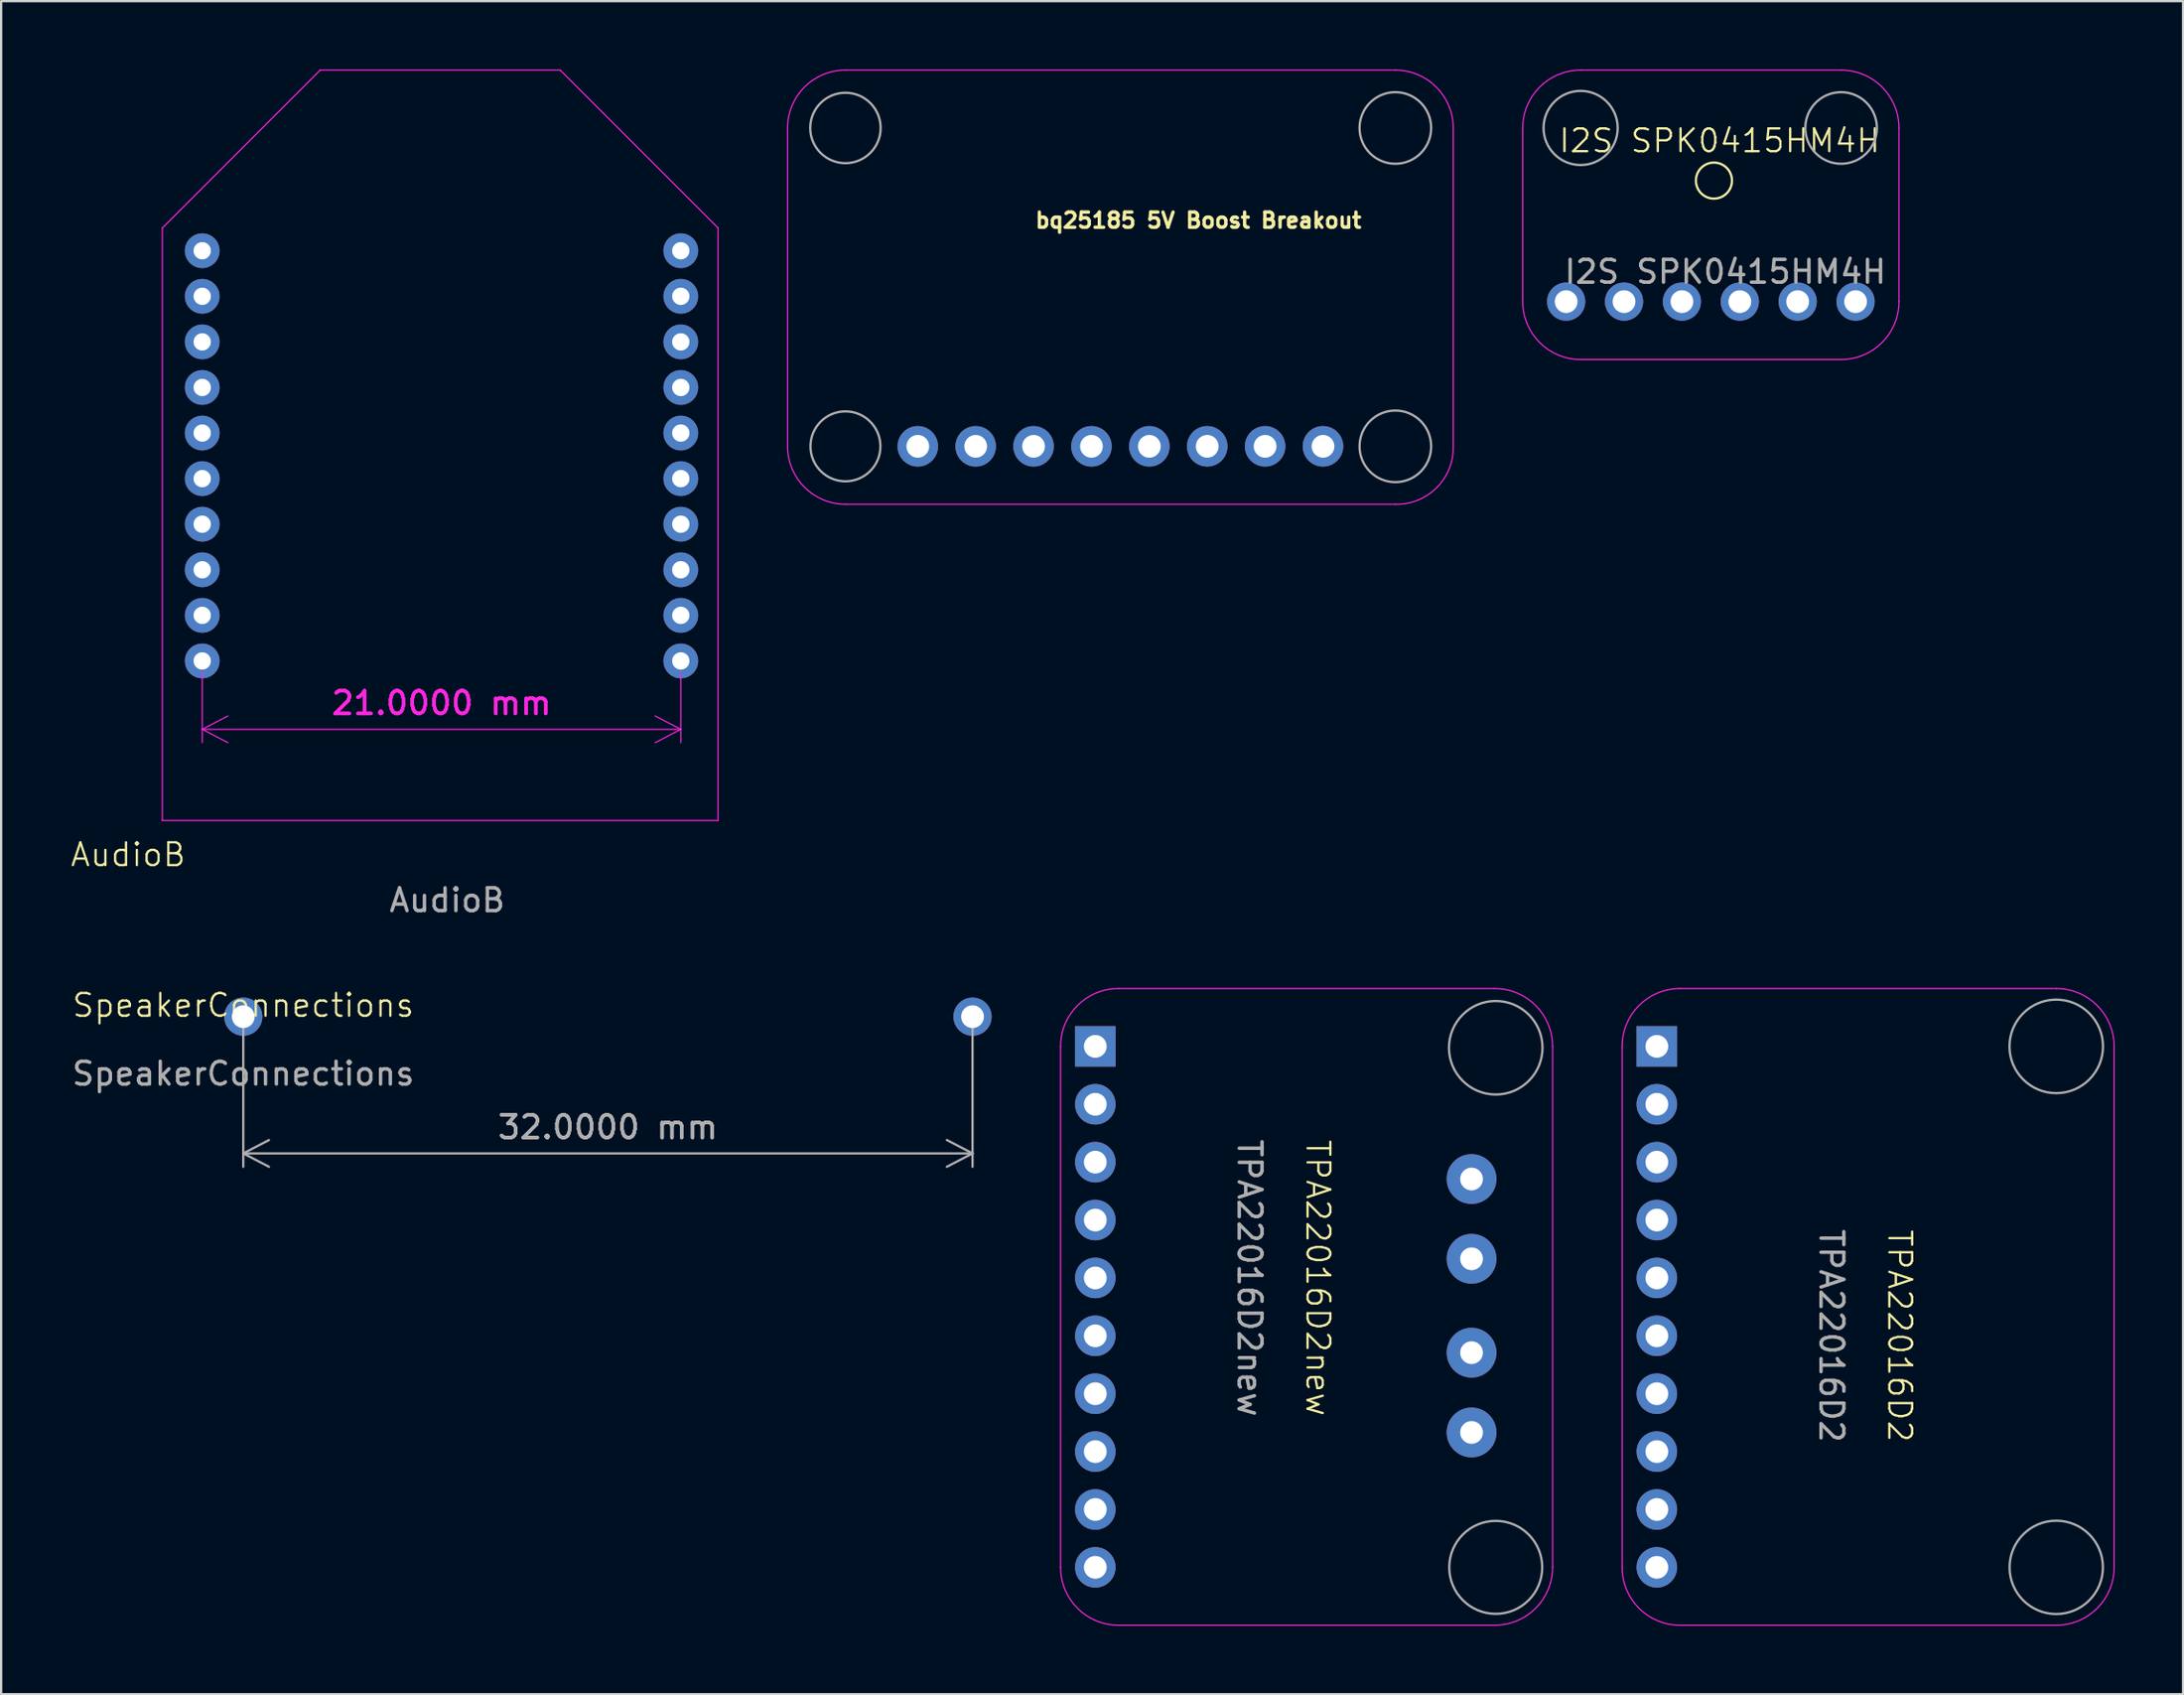
<source format=kicad_pcb>
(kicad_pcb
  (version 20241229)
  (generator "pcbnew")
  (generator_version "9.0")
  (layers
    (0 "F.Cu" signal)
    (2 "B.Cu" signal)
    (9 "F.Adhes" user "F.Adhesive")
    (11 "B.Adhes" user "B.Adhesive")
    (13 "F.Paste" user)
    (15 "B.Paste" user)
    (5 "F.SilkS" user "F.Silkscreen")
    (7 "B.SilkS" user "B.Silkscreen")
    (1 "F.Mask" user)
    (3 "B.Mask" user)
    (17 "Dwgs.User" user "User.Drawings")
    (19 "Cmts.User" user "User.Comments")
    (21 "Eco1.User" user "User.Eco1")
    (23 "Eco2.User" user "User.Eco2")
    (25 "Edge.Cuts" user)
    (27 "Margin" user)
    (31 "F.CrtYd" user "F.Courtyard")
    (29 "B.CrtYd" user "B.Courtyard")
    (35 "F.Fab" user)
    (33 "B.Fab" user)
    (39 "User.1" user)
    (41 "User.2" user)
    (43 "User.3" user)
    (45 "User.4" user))
  (footprint "AudioB"
    (layer "F.Cu")
    (at 4.074 32.952)
    (property "Reference" "AudioB" (at -1.5 1.5 0) (unlocked yes) (layer "F.SilkS") (effects (font (size 1 1) (thickness 0.1))))
    (attr through_hole)
    (fp_line (start 0 -26) (end 6.927 -32.927) (stroke (width 0.05) (type default)) (layer "F.CrtYd"))
    (fp_line (start 0 0) (end 0 -26) (stroke (width 0.05) (type default)) (layer "F.CrtYd"))
    (fp_line (start 0 0) (end 24.384 0) (stroke (width 0.05) (type default)) (layer "F.CrtYd"))
    (fp_line (start 6.927 -32.927) (end 17.457 -32.927) (stroke (width 0.05) (type default)) (layer "F.CrtYd"))
    (fp_line (start 24.384 -26) (end 17.457 -32.927) (stroke (width 0.05) (type default)) (layer "F.CrtYd"))
    (fp_line (start 24.384 0) (end 24.384 -26) (stroke (width 0.05) (type default)) (layer "F.CrtYd"))
    (fp_text user "${REFERENCE}" (at 12.5 3.5 0) (unlocked yes) (layer "F.Fab") (effects (font (size 1 1) (thickness 0.15))))
    (dimension (type aligned) (layer "F.CrtYd") (pts (xy 5.824 25.952) (xy 26.824 25.952)) (height 3) (format (prefix "") (suffix "") (units 3) (units_format 1) (precision 4)) (style (thickness 0.05) (arrow_length 1.27) (text_position_mode 0) (arrow_direction outward) (extension_height 0.586) (extension_offset 0.5) (keep_text_aligned yes)) (gr_text "21.0000 mm" (at 16.324 27.802 0) (layer "F.CrtYd") (effects (font (size 1 1) (thickness 0.15)))))
    (pad "1" thru_hole circle (at 1.75 -25) (size 1.524 1.524) (drill 0.762) (layers "*.Cu" "*.Mask"))
    (pad "2" thru_hole circle (at 1.75 -23) (size 1.524 1.524) (drill 0.762) (layers "*.Cu" "*.Mask"))
    (pad "3" thru_hole circle (at 1.75 -21) (size 1.524 1.524) (drill 0.762) (layers "*.Cu" "*.Mask"))
    (pad "4" thru_hole circle (at 1.75 -19) (size 1.524 1.524) (drill 0.762) (layers "*.Cu" "*.Mask"))
    (pad "5" thru_hole circle (at 1.75 -17) (size 1.524 1.524) (drill 0.762) (layers "*.Cu" "*.Mask"))
    (pad "6" thru_hole circle (at 1.75 -15) (size 1.524 1.524) (drill 0.762) (layers "*.Cu" "*.Mask"))
    (pad "7" thru_hole circle (at 1.75 -13) (size 1.524 1.524) (drill 0.762) (layers "*.Cu" "*.Mask"))
    (pad "8" thru_hole circle (at 1.75 -11) (size 1.524 1.524) (drill 0.762) (layers "*.Cu" "*.Mask"))
    (pad "9" thru_hole circle (at 1.75 -9) (size 1.524 1.524) (drill 0.762) (layers "*.Cu" "*.Mask"))
    (pad "10" thru_hole circle (at 1.75 -7) (size 1.524 1.524) (drill 0.762) (layers "*.Cu" "*.Mask"))
    (pad "11" thru_hole circle (at 22.75 -7) (size 1.524 1.524) (drill 0.762) (layers "*.Cu" "*.Mask"))
    (pad "12" thru_hole circle (at 22.75 -9) (size 1.524 1.524) (drill 0.762) (layers "*.Cu" "*.Mask"))
    (pad "13" thru_hole circle (at 22.75 -11) (size 1.524 1.524) (drill 0.762) (layers "*.Cu" "*.Mask"))
    (pad "14" thru_hole circle (at 22.75 -13) (size 1.524 1.524) (drill 0.762) (layers "*.Cu" "*.Mask"))
    (pad "15" thru_hole circle (at 22.75 -15) (size 1.524 1.524) (drill 0.762) (layers "*.Cu" "*.Mask"))
    (pad "16" thru_hole circle (at 22.75 -17) (size 1.524 1.524) (drill 0.762) (layers "*.Cu" "*.Mask"))
    (pad "17" thru_hole circle (at 22.75 -19) (size 1.524 1.524) (drill 0.762) (layers "*.Cu" "*.Mask"))
    (pad "18" thru_hole circle (at 22.75 -21) (size 1.524 1.524) (drill 0.762) (layers "*.Cu" "*.Mask"))
    (pad "19" thru_hole circle (at 22.75 -23) (size 1.524 1.524) (drill 0.762) (layers "*.Cu" "*.Mask"))
    (pad "20" thru_hole circle (at 22.75 -25) (size 1.524 1.524) (drill 0.762) (layers "*.Cu" "*.Mask")))
  (footprint "TPA22016D2"
    (layer "F.Cu")
    (at 79.812 55.565)
    (property "Reference" "TPA22016D2" (at 0.5 0 270) (unlocked yes) (layer "F.SilkS") (effects (font (size 1 1) (thickness 0.1))))
    (attr through_hole)
    (fp_line (start -11.684 10.16) (end -11.684 -12.7) (stroke (width 0.05) (type solid)) (layer "F.CrtYd"))
    (fp_line (start -9.144 -15.24) (end 7.366 -15.24) (stroke (width 0.05) (type solid)) (layer "F.CrtYd"))
    (fp_line (start 7.366 12.7) (end -9.144 12.7) (stroke (width 0.05) (type solid)) (layer "F.CrtYd"))
    (fp_line (start 9.906 -12.7) (end 9.906 10.16) (stroke (width 0.05) (type solid)) (layer "F.CrtYd"))
    (fp_arc (start -11.684 -12.7) (mid -10.940051 -14.496051) (end -9.144 -15.24) (stroke (width 0.05) (type solid)) (layer "F.CrtYd"))
    (fp_arc (start -9.144 12.7) (mid -10.940051 11.956051) (end -11.684 10.16) (stroke (width 0.05) (type solid)) (layer "F.CrtYd"))
    (fp_arc (start 7.366 -15.24) (mid 9.162051 -14.496051) (end 9.906 -12.7) (stroke (width 0.05) (type solid)) (layer "F.CrtYd"))
    (fp_arc (start 9.906 10.16) (mid 9.162051 11.956051) (end 7.366 12.7) (stroke (width 0.05) (type solid)) (layer "F.CrtYd"))
    (fp_circle (center 7.366 -12.7) (end 8.128 -14.605) (stroke (width 0.1) (type default)) (fill no) (layer "F.Fab"))
    (fp_circle (center 7.366 10.16) (end 8.382 8.382) (stroke (width 0.1) (type default)) (fill no) (layer "F.Fab"))
    (fp_text user "${REFERENCE}" (at -2.5 0 270) (unlocked yes) (layer "F.Fab") (effects (font (size 1 1) (thickness 0.15))))
    (pad "1" thru_hole rect (at -10.16 -12.7) (size 1.778 1.778) (drill 1) (layers "*.Cu" "*.Mask"))
    (pad "2" thru_hole circle (at -10.16 -10.16) (size 1.778 1.778) (drill 1) (layers "*.Cu" "*.Mask"))
    (pad "3" thru_hole circle (at -10.16 -7.62) (size 1.778 1.778) (drill 1) (layers "*.Cu" "*.Mask"))
    (pad "4" thru_hole circle (at -10.16 -5.08) (size 1.778 1.778) (drill 1) (layers "*.Cu" "*.Mask"))
    (pad "5" thru_hole circle (at -10.16 -2.54) (size 1.778 1.778) (drill 1) (layers "*.Cu" "*.Mask"))
    (pad "6" thru_hole circle (at -10.16 0) (size 1.778 1.778) (drill 1) (layers "*.Cu" "*.Mask"))
    (pad "7" thru_hole circle (at -10.16 2.54) (size 1.778 1.778) (drill 1) (layers "*.Cu" "*.Mask"))
    (pad "8" thru_hole circle (at -10.16 5.08) (size 1.778 1.778) (drill 1) (layers "*.Cu" "*.Mask"))
    (pad "9" thru_hole circle (at -10.16 7.62) (size 1.778 1.778) (drill 1) (layers "*.Cu" "*.Mask"))
    (pad "10" thru_hole circle (at -10.16 10.16) (size 1.778 1.778) (drill 1) (layers "*.Cu" "*.Mask")))
  (footprint "TPA22016D2new"
    (layer "F.Cu")
    (at 54.283 53.025)
    (property "Reference" "TPA22016D2new" (at 0.5 0 270) (unlocked yes) (layer "F.SilkS") (effects (font (size 1 1) (thickness 0.1))))
    (attr through_hole)
    (fp_line (start -10.795 12.7) (end -10.795 -10.16) (stroke (width 0.05) (type solid)) (layer "F.CrtYd"))
    (fp_line (start -8.255 -12.7) (end 8.255 -12.7) (stroke (width 0.05) (type solid)) (layer "F.CrtYd"))
    (fp_line (start 8.255 15.24) (end -8.255 15.24) (stroke (width 0.05) (type solid)) (layer "F.CrtYd"))
    (fp_line (start 10.795 -10.16) (end 10.795 12.7) (stroke (width 0.05) (type solid)) (layer "F.CrtYd"))
    (fp_arc (start -10.795 -10.16) (mid -10.051051 -11.956051) (end -8.255 -12.7) (stroke (width 0.05) (type solid)) (layer "F.CrtYd"))
    (fp_arc (start -8.255 15.24) (mid -10.051051 14.496051) (end -10.795 12.7) (stroke (width 0.05) (type solid)) (layer "F.CrtYd"))
    (fp_arc (start 8.255 -12.7) (mid 10.051051 -11.956051) (end 10.795 -10.16) (stroke (width 0.05) (type solid)) (layer "F.CrtYd"))
    (fp_arc (start 10.795 12.7) (mid 10.051051 14.496051) (end 8.255 15.24) (stroke (width 0.05) (type solid)) (layer "F.CrtYd"))
    (fp_circle (center 8.3 -10.1) (end 9.8 -11.5) (stroke (width 0.1) (type default)) (fill no) (layer "F.Fab"))
    (fp_circle (center 8.3 12.7) (end 10.3 12.3) (stroke (width 0.1) (type default)) (fill no) (layer "F.Fab"))
    (fp_text user "${REFERENCE}" (at -2.5 0 270) (unlocked yes) (layer "F.Fab") (effects (font (size 1 1) (thickness 0.15))))
    (pad "1" thru_hole rect (at -9.271 -10.16) (size 1.778 1.778) (drill 1) (layers "*.Cu" "*.Mask"))
    (pad "2" thru_hole circle (at -9.271 -7.62) (size 1.778 1.778) (drill 1) (layers "*.Cu" "*.Mask"))
    (pad "3" thru_hole circle (at -9.271 -5.08) (size 1.778 1.778) (drill 1) (layers "*.Cu" "*.Mask"))
    (pad "4" thru_hole circle (at -9.271 -2.54) (size 1.778 1.778) (drill 1) (layers "*.Cu" "*.Mask"))
    (pad "5" thru_hole circle (at -9.271 0) (size 1.778 1.778) (drill 1) (layers "*.Cu" "*.Mask"))
    (pad "6" thru_hole circle (at -9.271 2.54) (size 1.778 1.778) (drill 1) (layers "*.Cu" "*.Mask"))
    (pad "7" thru_hole circle (at -9.271 5.08) (size 1.778 1.778) (drill 1) (layers "*.Cu" "*.Mask"))
    (pad "8" thru_hole circle (at -9.271 7.62) (size 1.778 1.778) (drill 1) (layers "*.Cu" "*.Mask"))
    (pad "9" thru_hole circle (at -9.271 10.16) (size 1.778 1.778) (drill 1) (layers "*.Cu" "*.Mask"))
    (pad "10" thru_hole circle (at -9.271 12.7) (size 1.778 1.778) (drill 1) (layers "*.Cu" "*.Mask"))
    (pad "11" thru_hole circle (at 7.239 -4.34 90) (size 2.184 2.184) (drill 1) (layers "*.Cu" "*.Mask"))
    (pad "12" thru_hole circle (at 7.239 -0.84 90) (size 2.184 2.184) (drill 1) (layers "*.Cu" "*.Mask"))
    (pad "13" thru_hole circle (at 7.239 3.28 90) (size 2.184 2.184) (drill 1) (layers "*.Cu" "*.Mask"))
    (pad "14" thru_hole circle (at 7.239 6.78 90) (size 2.184 2.184) (drill 1) (layers "*.Cu" "*.Mask")))
  (footprint "I2S SPK0415HM4H"
    (layer "F.Cu")
    (at 72.658 6.375)
    (property "Reference" "I2S SPK0415HM4H" (at -0.25 -3.25 0) (unlocked yes) (layer "F.SilkS") (effects (font (size 1 1) (thickness 0.1))))
    (attr through_hole)
    (fp_circle (center -0.5 -1.5) (end 0.25 -1.75) (stroke (width 0.1) (type default)) (fill no) (layer "F.SilkS"))
    (fp_line (start -8.89 -3.81) (end -8.89 3.81) (stroke (width 0.05) (type solid)) (layer "F.CrtYd"))
    (fp_line (start -6.35 6.35) (end 5.08 6.35) (stroke (width 0.05) (type solid)) (layer "F.CrtYd"))
    (fp_line (start 5.08 -6.35) (end -6.35 -6.35) (stroke (width 0.05) (type solid)) (layer "F.CrtYd"))
    (fp_line (start 7.62 3.81) (end 7.62 -3.81) (stroke (width 0.05) (type solid)) (layer "F.CrtYd"))
    (fp_arc (start -8.89 -3.81) (mid -8.146051 -5.606051) (end -6.35 -6.35) (stroke (width 0.05) (type solid)) (layer "F.CrtYd"))
    (fp_arc (start -6.35 6.35) (mid -8.146051 5.606051) (end -8.89 3.81) (stroke (width 0.05) (type solid)) (layer "F.CrtYd"))
    (fp_arc (start 5.08 -6.35) (mid 6.876051 -5.606051) (end 7.62 -3.81) (stroke (width 0.05) (type solid)) (layer "F.CrtYd"))
    (fp_arc (start 7.62 3.81) (mid 6.876051 5.606051) (end 5.08 6.35) (stroke (width 0.05) (type solid)) (layer "F.CrtYd"))
    (fp_circle (center -6.35 -3.81) (end -5.08 -4.826) (stroke (width 0.1) (type default)) (fill no) (layer "F.Fab"))
    (fp_circle (center 5.08 -3.81) (end 3.556 -4.191) (stroke (width 0.1) (type default)) (fill no) (layer "F.Fab"))
    (fp_text user "${REFERENCE}" (at 0 2.5 0) (unlocked yes) (layer "F.Fab") (effects (font (size 1 1) (thickness 0.15))))
    (pad "1" thru_hole circle (at -6.985 3.81 90) (size 1.676 1.676) (drill 1) (layers "*.Cu" "*.Mask"))
    (pad "2" thru_hole circle (at -4.445 3.81 90) (size 1.676 1.676) (drill 1) (layers "*.Cu" "*.Mask"))
    (pad "3" thru_hole circle (at -1.905 3.81 90) (size 1.676 1.676) (drill 1) (layers "*.Cu" "*.Mask"))
    (pad "4" thru_hole circle (at 0.635 3.81 90) (size 1.676 1.676) (drill 1) (layers "*.Cu" "*.Mask"))
    (pad "5" thru_hole circle (at 3.175 3.81 90) (size 1.676 1.676) (drill 1) (layers "*.Cu" "*.Mask"))
    (pad "6" thru_hole circle (at 5.715 3.81 270) (size 1.676 1.676) (drill 1) (layers "*.Cu" "*.Mask")))
  (footprint "SpeakerConnections"
    (layer "F.Cu")
    (at 7.625 41.561)
    (property "Reference" "SpeakerConnections" (at 0 -0.5 0) (unlocked yes) (layer "F.SilkS") (effects (font (size 1 1) (thickness 0.1))))
    (attr through_hole)
    (fp_text user "${REFERENCE}" (at 0 2.5 0) (unlocked yes) (layer "F.Fab") (effects (font (size 1 1) (thickness 0.15))))
    (dimension (type aligned) (layer "F.Fab") (pts (xy 7.625 41.561) (xy 39.625 41.561)) (height 6) (format (prefix "") (suffix "") (units 3) (units_format 1) (precision 4)) (style (thickness 0.1) (arrow_length 1.27) (text_position_mode 0) (arrow_direction outward) (extension_height 0.586) (extension_offset 0.5) (keep_text_aligned yes)) (gr_text "32.0000 mm" (at 23.625 46.411 0) (layer "F.Fab") (effects (font (size 1 1) (thickness 0.15)))))
    (pad "1" thru_hole circle (at 0 0 270) (size 1.676 1.676) (drill 1) (layers "*.Cu" "*.Mask"))
    (pad "2" thru_hole circle (at 32 0 270) (size 1.676 1.676) (drill 1) (layers "*.Cu" "*.Mask")))
  (footprint "bq25185 5V Boost Breakout"
    (layer "F.Cu")
    (at 44.843 9.55)
    (property "Reference" "bq25185 5V Boost Breakout" (at -2.54 -2.54 0) (unlocked yes) (layer "F.SilkS") (effects (font (size 0.666 0.666) (thickness 0.146)) (justify left bottom)))
    (fp_line (start -13.335 6.985) (end -13.335 -6.985) (stroke (width 0.05) (type solid)) (layer "F.CrtYd"))
    (fp_line (start -10.795 -9.525) (end 13.335 -9.525) (stroke (width 0.05) (type solid)) (layer "F.CrtYd"))
    (fp_line (start 13.335 9.525) (end -10.795 9.525) (stroke (width 0.05) (type solid)) (layer "F.CrtYd"))
    (fp_line (start 15.875 -6.985) (end 15.875 7.112) (stroke (width 0.05) (type solid)) (layer "F.CrtYd"))
    (fp_arc (start -13.335 -6.985) (mid -12.591051 -8.781051) (end -10.795 -9.525) (stroke (width 0.05) (type solid)) (layer "F.CrtYd"))
    (fp_arc (start -10.795 9.525) (mid -12.591051 8.781051) (end -13.335 6.985) (stroke (width 0.05) (type solid)) (layer "F.CrtYd"))
    (fp_arc (start 13.335 -9.525) (mid 15.131051 -8.781051) (end 15.875 -6.985) (stroke (width 0.05) (type solid)) (layer "F.CrtYd"))
    (fp_arc (start 15.875 7.112) (mid 15.104749 8.844551) (end 13.335 9.525) (stroke (width 0.05) (type solid)) (layer "F.CrtYd"))
    (fp_circle (center -10.795 -6.985) (end -9.271 -7.239) (stroke (width 0.1) (type default)) (fill no) (layer "F.Fab"))
    (fp_circle (center -10.795 6.985) (end -9.398 6.35) (stroke (width 0.1) (type default)) (fill no) (layer "F.Fab"))
    (fp_circle (center 13.335 -6.985) (end 14.859 -7.366) (stroke (width 0.1) (type default)) (fill no) (layer "F.Fab"))
    (fp_circle (center 13.335 6.985) (end 14.859 6.604) (stroke (width 0.1) (type default)) (fill no) (layer "F.Fab"))
    (pad "1" thru_hole circle (at -7.62 6.985 90) (size 1.778 1.778) (drill 1) (layers "*.Cu" "*.Mask"))
    (pad "2" thru_hole circle (at -5.08 6.985 90) (size 1.778 1.778) (drill 1) (layers "*.Cu" "*.Mask"))
    (pad "3" thru_hole circle (at -2.54 6.985 90) (size 1.778 1.778) (drill 1) (layers "*.Cu" "*.Mask"))
    (pad "4" thru_hole circle (at 0 6.985 90) (size 1.778 1.778) (drill 1) (layers "*.Cu" "*.Mask"))
    (pad "5" thru_hole circle (at 2.54 6.985 90) (size 1.778 1.778) (drill 1) (layers "*.Cu" "*.Mask"))
    (pad "6" thru_hole circle (at 5.08 6.985 90) (size 1.778 1.778) (drill 1) (layers "*.Cu" "*.Mask"))
    (pad "7" thru_hole circle (at 7.62 6.985 90) (size 1.778 1.778) (drill 1) (layers "*.Cu" "*.Mask"))
    (pad "8" thru_hole circle (at 10.16 6.985 90) (size 1.778 1.778) (drill 1) (layers "*.Cu" "*.Mask")))
  (gr_rect
    (start -3 -3)
    (end 92.743 71.29)
    (stroke (width 0.1) (type default))
    (fill no)
    (layer "Edge.Cuts")))
</source>
